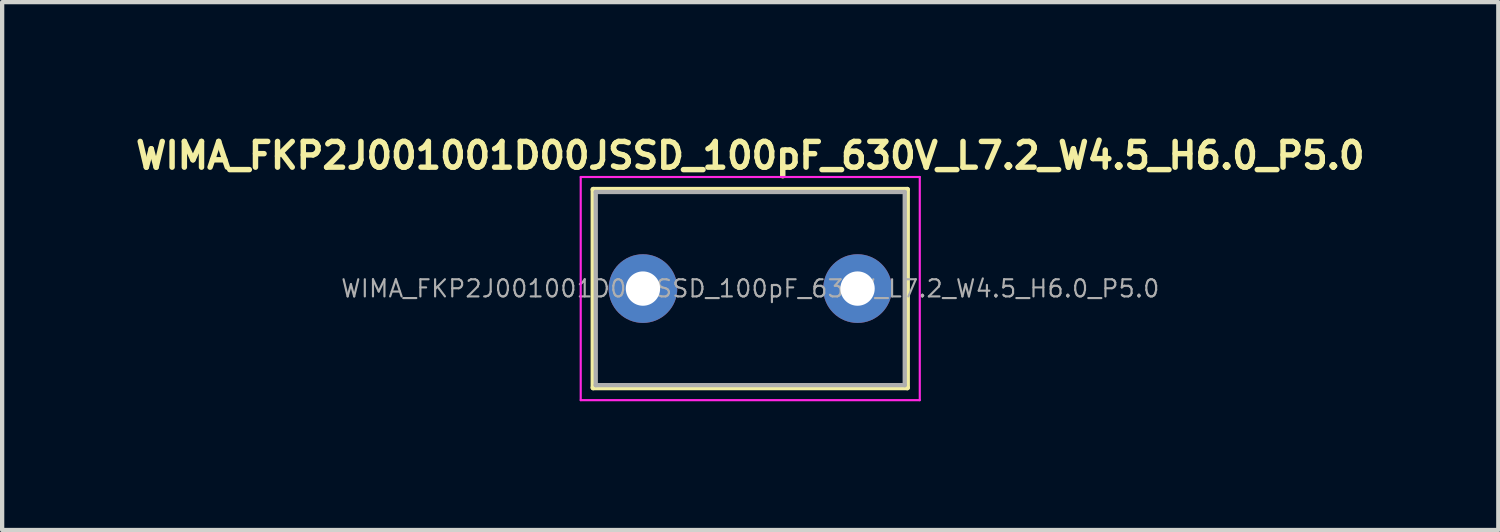
<source format=kicad_pcb>
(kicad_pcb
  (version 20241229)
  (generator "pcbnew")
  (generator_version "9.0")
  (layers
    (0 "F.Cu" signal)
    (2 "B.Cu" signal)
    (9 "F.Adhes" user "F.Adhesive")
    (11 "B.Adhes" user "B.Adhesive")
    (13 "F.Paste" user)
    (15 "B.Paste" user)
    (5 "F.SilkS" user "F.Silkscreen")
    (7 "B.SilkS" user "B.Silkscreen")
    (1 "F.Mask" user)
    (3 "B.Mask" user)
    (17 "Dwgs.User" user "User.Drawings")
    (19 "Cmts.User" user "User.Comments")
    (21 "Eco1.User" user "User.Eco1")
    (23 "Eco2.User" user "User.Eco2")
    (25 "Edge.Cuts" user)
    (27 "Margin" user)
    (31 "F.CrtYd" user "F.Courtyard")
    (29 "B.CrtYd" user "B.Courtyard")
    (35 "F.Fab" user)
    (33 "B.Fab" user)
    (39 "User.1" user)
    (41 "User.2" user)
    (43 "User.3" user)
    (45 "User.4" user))
  (footprint "WIMA_FKP2J001001D00JSSD_100pF_630V_L7.2_W4.5_H6.0_P5.0"
    (layer "F.Cu")
    (at 14.431 3.674)
    (property "Reference" "WIMA_FKP2J001001D00JSSD_100pF_630V_L7.2_W4.5_H6.0_P5.0" (at 0 -3.1 0) (layer "F.SilkS") (effects (font (size 0.6 0.6) (thickness 0.127))))
    (attr through_hole)
    (fp_line (start -3.66 -2.31) (end -3.66 2.31) (stroke (width 0.12) (type solid)) (layer "F.SilkS"))
    (fp_line (start -3.66 -2.31) (end 3.66 -2.31) (stroke (width 0.12) (type solid)) (layer "F.SilkS"))
    (fp_line (start -3.66 2.31) (end 3.66 2.31) (stroke (width 0.12) (type solid)) (layer "F.SilkS"))
    (fp_line (start 3.66 -2.31) (end 3.66 2.31) (stroke (width 0.12) (type solid)) (layer "F.SilkS"))
    (fp_line (start -3.95 -2.6) (end -3.95 2.6) (stroke (width 0.05) (type solid)) (layer "F.CrtYd"))
    (fp_line (start -3.95 2.6) (end 3.95 2.6) (stroke (width 0.05) (type solid)) (layer "F.CrtYd"))
    (fp_line (start 3.95 -2.6) (end -3.95 -2.6) (stroke (width 0.05) (type solid)) (layer "F.CrtYd"))
    (fp_line (start 3.95 2.6) (end 3.95 -2.6) (stroke (width 0.05) (type solid)) (layer "F.CrtYd"))
    (fp_line (start -3.6 -2.25) (end -3.6 2.25) (stroke (width 0.1) (type solid)) (layer "F.Fab"))
    (fp_line (start -3.6 2.25) (end 3.6 2.25) (stroke (width 0.1) (type solid)) (layer "F.Fab"))
    (fp_line (start 3.6 -2.25) (end -3.6 -2.25) (stroke (width 0.1) (type solid)) (layer "F.Fab"))
    (fp_line (start 3.6 2.25) (end 3.6 -2.25) (stroke (width 0.1) (type solid)) (layer "F.Fab"))
    (fp_text user "${REFERENCE}" (at 0 0 0) (layer "F.Fab") (effects (font (size 0.4 0.4) (thickness 0.05))))
    (pad "1" thru_hole circle (at -2.5 0) (size 1.6 1.6) (drill 0.8) (layers "*.Cu" "*.Mask"))
    (pad "2" thru_hole circle (at 2.5 0) (size 1.6 1.6) (drill 0.8) (layers "*.Cu" "*.Mask")))
  (gr_rect
    (start -3 -3)
    (end 31.861 9.299)
    (stroke (width 0.1) (type default))
    (fill no)
    (layer "Edge.Cuts")))
</source>
